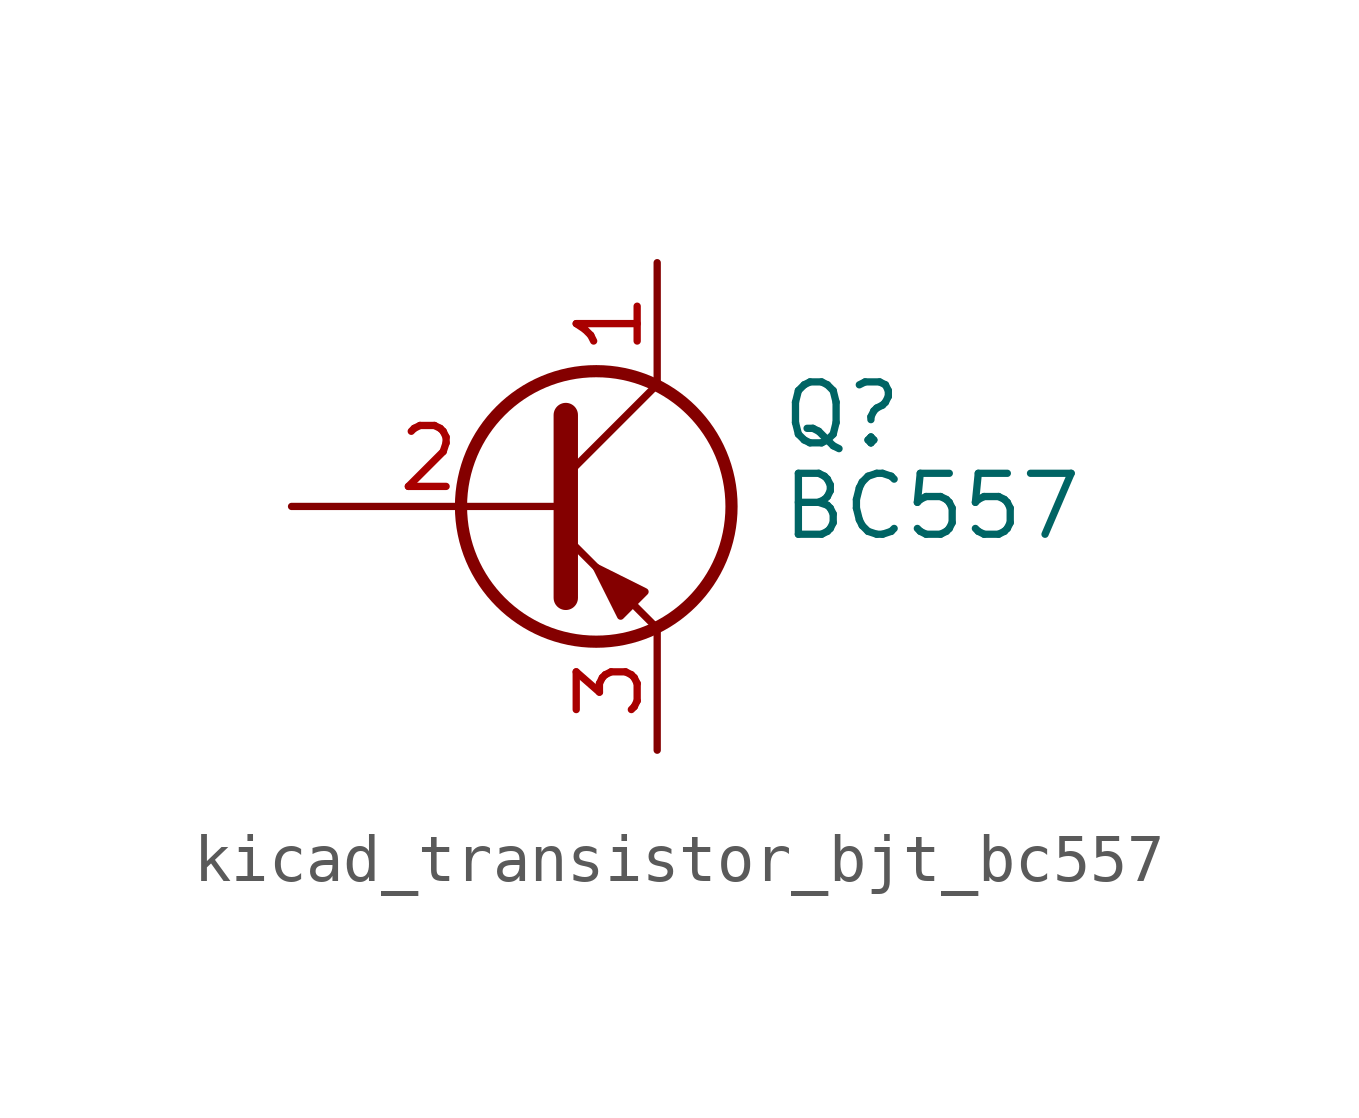
<source format=kicad_sym>
(kicad_symbol_lib
  (version 20220914)
  (generator kicad_symbol_editor)
  (symbol "kicad_transistor_bjt_bc557"
    (pin_names
      (offset 0) hide)
    (property "Reference" "Q"
      (at 5.08 1.905 0)
      (effects (font (size 1.27 1.27)) (justify left)))
    (property "Value" "BC557"
      (at 5.08 0 0)
      (effects (font (size 1.27 1.27)) (justify left)))
    (symbol "kicad_transistor_bjt_bc557_0_1"
      (polyline (pts (xy 0.635 0.635) (xy 2.54 2.54)) (stroke (width 0) (type default)) (fill (type none)))
      (polyline (pts (xy 0.635 -0.635) (xy 2.54 -2.54) (xy 2.54 -2.54)) (stroke (width 0) (type default)) (fill (type none)))
      (polyline (pts (xy 0.635 1.905) (xy 0.635 -1.905) (xy 0.635 -1.905)) (stroke (width 0.508) (type default)) (fill (type none)))
      (polyline (pts (xy 2.286 -1.778) (xy 1.778 -2.286) (xy 1.27 -1.27) (xy 2.286 -1.778) (xy 2.286 -1.778)) (stroke (width 0) (type default)) (fill (type outline)))
      (circle (center 1.27 0) (radius 2.819) (stroke (width 0.254) (type default)) (fill (type none))))
    (symbol "kicad_transistor_bjt_bc557_1_1"
      (pin passive line (at 2.54 5.08 270) (length 2.54) (name "C" (effects (font (size 1.27 1.27)))) (number "1" (effects (font (size 1.27 1.27)))))
      (pin input line (at -5.08 0 0) (length 5.715) (name "B" (effects (font (size 1.27 1.27)))) (number "2" (effects (font (size 1.27 1.27)))))
      (pin passive line (at 2.54 -5.08 90) (length 2.54) (name "E" (effects (font (size 1.27 1.27)))) (number "3" (effects (font (size 1.27 1.27))))))))
</source>
